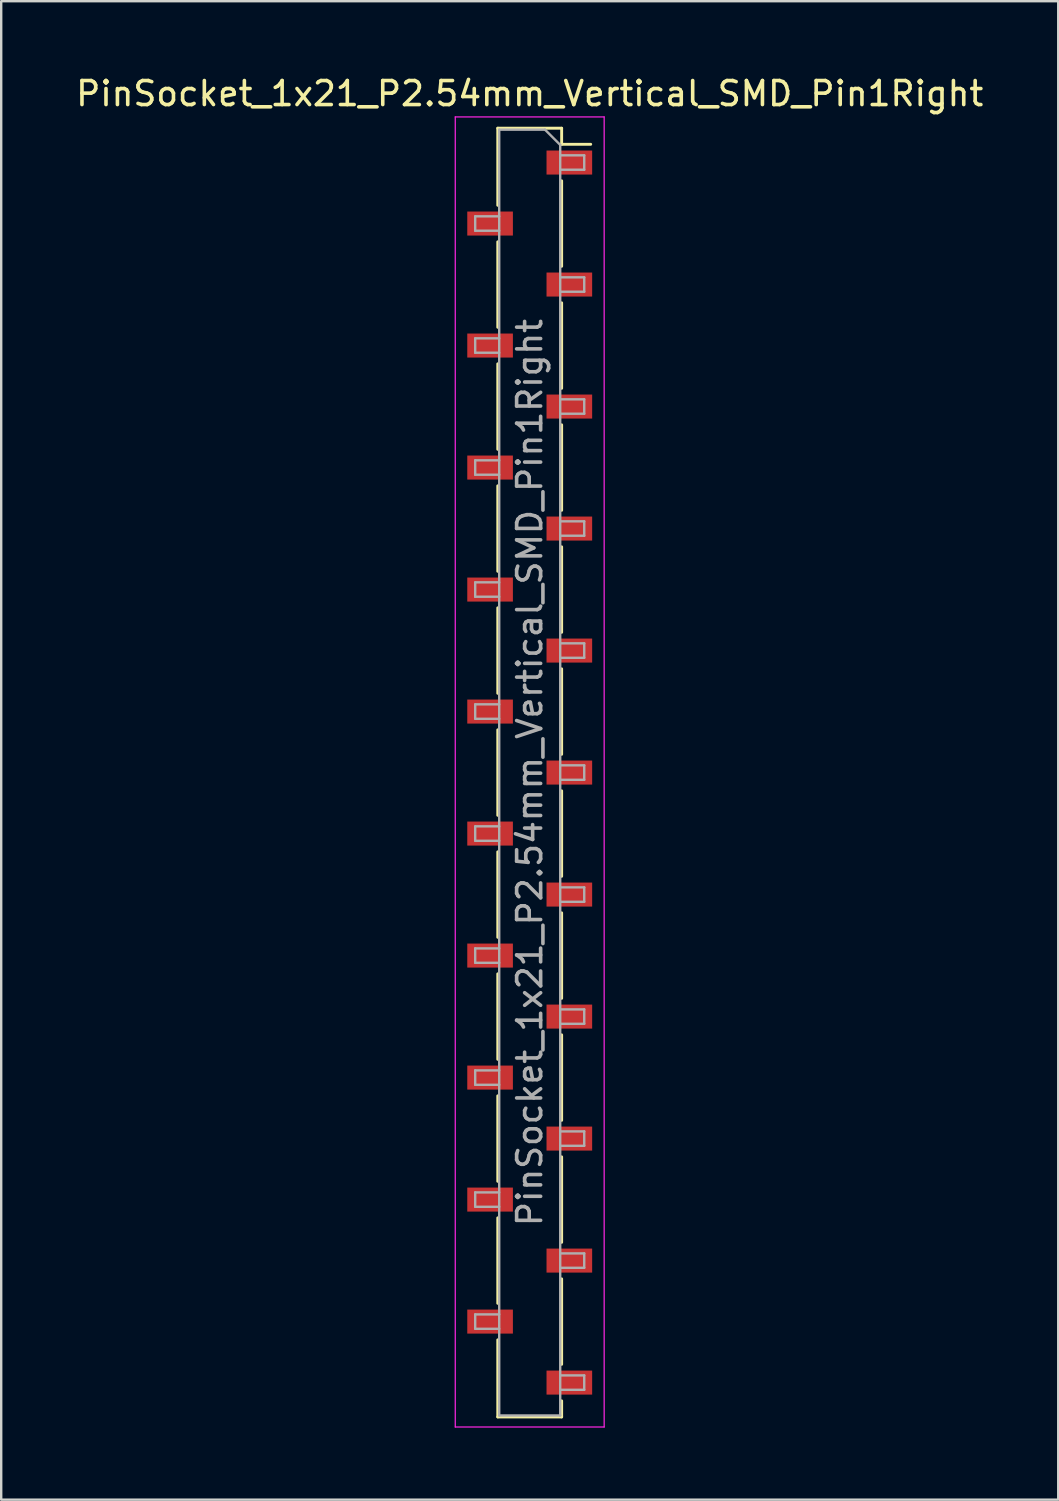
<source format=kicad_pcb>
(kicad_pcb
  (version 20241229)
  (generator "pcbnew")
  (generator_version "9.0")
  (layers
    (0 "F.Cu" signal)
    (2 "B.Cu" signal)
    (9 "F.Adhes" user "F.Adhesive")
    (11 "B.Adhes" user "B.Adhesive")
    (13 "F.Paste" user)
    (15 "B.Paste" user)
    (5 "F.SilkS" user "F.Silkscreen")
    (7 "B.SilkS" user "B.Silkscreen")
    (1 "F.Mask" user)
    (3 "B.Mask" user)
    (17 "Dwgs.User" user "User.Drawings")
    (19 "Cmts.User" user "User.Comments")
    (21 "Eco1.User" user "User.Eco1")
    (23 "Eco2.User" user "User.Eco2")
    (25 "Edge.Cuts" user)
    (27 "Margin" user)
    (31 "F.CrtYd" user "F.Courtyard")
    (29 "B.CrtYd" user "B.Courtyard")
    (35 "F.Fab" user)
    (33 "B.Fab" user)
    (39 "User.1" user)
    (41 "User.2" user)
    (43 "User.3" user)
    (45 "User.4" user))
  (footprint "PinSocket_1x21_P2.54mm_Vertical_SMD_Pin1Right"
    (layer "F.Cu")
    (at 19.006 29.118)
    (property "Reference" "PinSocket_1x21_P2.54mm_Vertical_SMD_Pin1Right" (at 0 -28.27 0) (layer "F.SilkS") (effects (font (size 1 1) (thickness 0.15))))
    (attr smd)
    (fp_line (start -1.33 -26.83) (end -1.33 -23.62) (stroke (width 0.12) (type solid)) (layer "F.SilkS"))
    (fp_line (start -1.33 -26.83) (end 1.33 -26.83) (stroke (width 0.12) (type solid)) (layer "F.SilkS"))
    (fp_line (start -1.33 -22.1) (end -1.33 -18.54) (stroke (width 0.12) (type solid)) (layer "F.SilkS"))
    (fp_line (start -1.33 -17.02) (end -1.33 -13.46) (stroke (width 0.12) (type solid)) (layer "F.SilkS"))
    (fp_line (start -1.33 -11.94) (end -1.33 -8.38) (stroke (width 0.12) (type solid)) (layer "F.SilkS"))
    (fp_line (start -1.33 -6.86) (end -1.33 -3.3) (stroke (width 0.12) (type solid)) (layer "F.SilkS"))
    (fp_line (start -1.33 -1.78) (end -1.33 1.78) (stroke (width 0.12) (type solid)) (layer "F.SilkS"))
    (fp_line (start -1.33 3.3) (end -1.33 6.86) (stroke (width 0.12) (type solid)) (layer "F.SilkS"))
    (fp_line (start -1.33 8.38) (end -1.33 11.94) (stroke (width 0.12) (type solid)) (layer "F.SilkS"))
    (fp_line (start -1.33 13.46) (end -1.33 17.02) (stroke (width 0.12) (type solid)) (layer "F.SilkS"))
    (fp_line (start -1.33 18.54) (end -1.33 22.1) (stroke (width 0.12) (type solid)) (layer "F.SilkS"))
    (fp_line (start -1.33 23.62) (end -1.33 26.83) (stroke (width 0.12) (type solid)) (layer "F.SilkS"))
    (fp_line (start -1.33 26.83) (end 1.33 26.83) (stroke (width 0.12) (type solid)) (layer "F.SilkS"))
    (fp_line (start 1.33 -26.83) (end 1.33 -26.16) (stroke (width 0.12) (type solid)) (layer "F.SilkS"))
    (fp_line (start 1.33 -26.16) (end 2.54 -26.16) (stroke (width 0.12) (type solid)) (layer "F.SilkS"))
    (fp_line (start 1.33 -24.64) (end 1.33 -21.08) (stroke (width 0.12) (type solid)) (layer "F.SilkS"))
    (fp_line (start 1.33 -19.56) (end 1.33 -16) (stroke (width 0.12) (type solid)) (layer "F.SilkS"))
    (fp_line (start 1.33 -14.48) (end 1.33 -10.92) (stroke (width 0.12) (type solid)) (layer "F.SilkS"))
    (fp_line (start 1.33 -9.4) (end 1.33 -5.84) (stroke (width 0.12) (type solid)) (layer "F.SilkS"))
    (fp_line (start 1.33 -4.32) (end 1.33 -0.76) (stroke (width 0.12) (type solid)) (layer "F.SilkS"))
    (fp_line (start 1.33 0.76) (end 1.33 4.32) (stroke (width 0.12) (type solid)) (layer "F.SilkS"))
    (fp_line (start 1.33 5.84) (end 1.33 9.4) (stroke (width 0.12) (type solid)) (layer "F.SilkS"))
    (fp_line (start 1.33 10.92) (end 1.33 14.48) (stroke (width 0.12) (type solid)) (layer "F.SilkS"))
    (fp_line (start 1.33 16) (end 1.33 19.56) (stroke (width 0.12) (type solid)) (layer "F.SilkS"))
    (fp_line (start 1.33 21.08) (end 1.33 24.64) (stroke (width 0.12) (type solid)) (layer "F.SilkS"))
    (fp_line (start 1.33 26.16) (end 1.33 26.83) (stroke (width 0.12) (type solid)) (layer "F.SilkS"))
    (fp_line (start -3.1 -27.3) (end 3.1 -27.3) (stroke (width 0.05) (type solid)) (layer "F.CrtYd"))
    (fp_line (start -3.1 27.25) (end -3.1 -27.3) (stroke (width 0.05) (type solid)) (layer "F.CrtYd"))
    (fp_line (start 3.1 -27.3) (end 3.1 27.25) (stroke (width 0.05) (type solid)) (layer "F.CrtYd"))
    (fp_line (start 3.1 27.25) (end -3.1 27.25) (stroke (width 0.05) (type solid)) (layer "F.CrtYd"))
    (fp_line (start -2.27 -23.16) (end -1.27 -23.16) (stroke (width 0.1) (type solid)) (layer "F.Fab"))
    (fp_line (start -2.27 -22.56) (end -2.27 -23.16) (stroke (width 0.1) (type solid)) (layer "F.Fab"))
    (fp_line (start -2.27 -18.08) (end -1.27 -18.08) (stroke (width 0.1) (type solid)) (layer "F.Fab"))
    (fp_line (start -2.27 -17.48) (end -2.27 -18.08) (stroke (width 0.1) (type solid)) (layer "F.Fab"))
    (fp_line (start -2.27 -13) (end -1.27 -13) (stroke (width 0.1) (type solid)) (layer "F.Fab"))
    (fp_line (start -2.27 -12.4) (end -2.27 -13) (stroke (width 0.1) (type solid)) (layer "F.Fab"))
    (fp_line (start -2.27 -7.92) (end -1.27 -7.92) (stroke (width 0.1) (type solid)) (layer "F.Fab"))
    (fp_line (start -2.27 -7.32) (end -2.27 -7.92) (stroke (width 0.1) (type solid)) (layer "F.Fab"))
    (fp_line (start -2.27 -2.84) (end -1.27 -2.84) (stroke (width 0.1) (type solid)) (layer "F.Fab"))
    (fp_line (start -2.27 -2.24) (end -2.27 -2.84) (stroke (width 0.1) (type solid)) (layer "F.Fab"))
    (fp_line (start -2.27 2.24) (end -1.27 2.24) (stroke (width 0.1) (type solid)) (layer "F.Fab"))
    (fp_line (start -2.27 2.84) (end -2.27 2.24) (stroke (width 0.1) (type solid)) (layer "F.Fab"))
    (fp_line (start -2.27 7.32) (end -1.27 7.32) (stroke (width 0.1) (type solid)) (layer "F.Fab"))
    (fp_line (start -2.27 7.92) (end -2.27 7.32) (stroke (width 0.1) (type solid)) (layer "F.Fab"))
    (fp_line (start -2.27 12.4) (end -1.27 12.4) (stroke (width 0.1) (type solid)) (layer "F.Fab"))
    (fp_line (start -2.27 13) (end -2.27 12.4) (stroke (width 0.1) (type solid)) (layer "F.Fab"))
    (fp_line (start -2.27 17.48) (end -1.27 17.48) (stroke (width 0.1) (type solid)) (layer "F.Fab"))
    (fp_line (start -2.27 18.08) (end -2.27 17.48) (stroke (width 0.1) (type solid)) (layer "F.Fab"))
    (fp_line (start -2.27 22.56) (end -1.27 22.56) (stroke (width 0.1) (type solid)) (layer "F.Fab"))
    (fp_line (start -2.27 23.16) (end -2.27 22.56) (stroke (width 0.1) (type solid)) (layer "F.Fab"))
    (fp_line (start -1.27 -26.77) (end 0.635 -26.77) (stroke (width 0.1) (type solid)) (layer "F.Fab"))
    (fp_line (start -1.27 -22.56) (end -2.27 -22.56) (stroke (width 0.1) (type solid)) (layer "F.Fab"))
    (fp_line (start -1.27 -17.48) (end -2.27 -17.48) (stroke (width 0.1) (type solid)) (layer "F.Fab"))
    (fp_line (start -1.27 -12.4) (end -2.27 -12.4) (stroke (width 0.1) (type solid)) (layer "F.Fab"))
    (fp_line (start -1.27 -7.32) (end -2.27 -7.32) (stroke (width 0.1) (type solid)) (layer "F.Fab"))
    (fp_line (start -1.27 -2.24) (end -2.27 -2.24) (stroke (width 0.1) (type solid)) (layer "F.Fab"))
    (fp_line (start -1.27 2.84) (end -2.27 2.84) (stroke (width 0.1) (type solid)) (layer "F.Fab"))
    (fp_line (start -1.27 7.92) (end -2.27 7.92) (stroke (width 0.1) (type solid)) (layer "F.Fab"))
    (fp_line (start -1.27 13) (end -2.27 13) (stroke (width 0.1) (type solid)) (layer "F.Fab"))
    (fp_line (start -1.27 18.08) (end -2.27 18.08) (stroke (width 0.1) (type solid)) (layer "F.Fab"))
    (fp_line (start -1.27 23.16) (end -2.27 23.16) (stroke (width 0.1) (type solid)) (layer "F.Fab"))
    (fp_line (start -1.27 26.77) (end -1.27 -26.77) (stroke (width 0.1) (type solid)) (layer "F.Fab"))
    (fp_line (start 0.635 -26.77) (end 1.27 -26.135) (stroke (width 0.1) (type solid)) (layer "F.Fab"))
    (fp_line (start 1.27 -26.135) (end 1.27 26.77) (stroke (width 0.1) (type solid)) (layer "F.Fab"))
    (fp_line (start 1.27 -25.7) (end 2.27 -25.7) (stroke (width 0.1) (type solid)) (layer "F.Fab"))
    (fp_line (start 1.27 -20.62) (end 2.27 -20.62) (stroke (width 0.1) (type solid)) (layer "F.Fab"))
    (fp_line (start 1.27 -15.54) (end 2.27 -15.54) (stroke (width 0.1) (type solid)) (layer "F.Fab"))
    (fp_line (start 1.27 -10.46) (end 2.27 -10.46) (stroke (width 0.1) (type solid)) (layer "F.Fab"))
    (fp_line (start 1.27 -5.38) (end 2.27 -5.38) (stroke (width 0.1) (type solid)) (layer "F.Fab"))
    (fp_line (start 1.27 -0.3) (end 2.27 -0.3) (stroke (width 0.1) (type solid)) (layer "F.Fab"))
    (fp_line (start 1.27 4.78) (end 2.27 4.78) (stroke (width 0.1) (type solid)) (layer "F.Fab"))
    (fp_line (start 1.27 9.86) (end 2.27 9.86) (stroke (width 0.1) (type solid)) (layer "F.Fab"))
    (fp_line (start 1.27 14.94) (end 2.27 14.94) (stroke (width 0.1) (type solid)) (layer "F.Fab"))
    (fp_line (start 1.27 20.02) (end 2.27 20.02) (stroke (width 0.1) (type solid)) (layer "F.Fab"))
    (fp_line (start 1.27 25.1) (end 2.27 25.1) (stroke (width 0.1) (type solid)) (layer "F.Fab"))
    (fp_line (start 1.27 26.77) (end -1.27 26.77) (stroke (width 0.1) (type solid)) (layer "F.Fab"))
    (fp_line (start 2.27 -25.7) (end 2.27 -25.1) (stroke (width 0.1) (type solid)) (layer "F.Fab"))
    (fp_line (start 2.27 -25.1) (end 1.27 -25.1) (stroke (width 0.1) (type solid)) (layer "F.Fab"))
    (fp_line (start 2.27 -20.62) (end 2.27 -20.02) (stroke (width 0.1) (type solid)) (layer "F.Fab"))
    (fp_line (start 2.27 -20.02) (end 1.27 -20.02) (stroke (width 0.1) (type solid)) (layer "F.Fab"))
    (fp_line (start 2.27 -15.54) (end 2.27 -14.94) (stroke (width 0.1) (type solid)) (layer "F.Fab"))
    (fp_line (start 2.27 -14.94) (end 1.27 -14.94) (stroke (width 0.1) (type solid)) (layer "F.Fab"))
    (fp_line (start 2.27 -10.46) (end 2.27 -9.86) (stroke (width 0.1) (type solid)) (layer "F.Fab"))
    (fp_line (start 2.27 -9.86) (end 1.27 -9.86) (stroke (width 0.1) (type solid)) (layer "F.Fab"))
    (fp_line (start 2.27 -5.38) (end 2.27 -4.78) (stroke (width 0.1) (type solid)) (layer "F.Fab"))
    (fp_line (start 2.27 -4.78) (end 1.27 -4.78) (stroke (width 0.1) (type solid)) (layer "F.Fab"))
    (fp_line (start 2.27 -0.3) (end 2.27 0.3) (stroke (width 0.1) (type solid)) (layer "F.Fab"))
    (fp_line (start 2.27 0.3) (end 1.27 0.3) (stroke (width 0.1) (type solid)) (layer "F.Fab"))
    (fp_line (start 2.27 4.78) (end 2.27 5.38) (stroke (width 0.1) (type solid)) (layer "F.Fab"))
    (fp_line (start 2.27 5.38) (end 1.27 5.38) (stroke (width 0.1) (type solid)) (layer "F.Fab"))
    (fp_line (start 2.27 9.86) (end 2.27 10.46) (stroke (width 0.1) (type solid)) (layer "F.Fab"))
    (fp_line (start 2.27 10.46) (end 1.27 10.46) (stroke (width 0.1) (type solid)) (layer "F.Fab"))
    (fp_line (start 2.27 14.94) (end 2.27 15.54) (stroke (width 0.1) (type solid)) (layer "F.Fab"))
    (fp_line (start 2.27 15.54) (end 1.27 15.54) (stroke (width 0.1) (type solid)) (layer "F.Fab"))
    (fp_line (start 2.27 20.02) (end 2.27 20.62) (stroke (width 0.1) (type solid)) (layer "F.Fab"))
    (fp_line (start 2.27 20.62) (end 1.27 20.62) (stroke (width 0.1) (type solid)) (layer "F.Fab"))
    (fp_line (start 2.27 25.1) (end 2.27 25.7) (stroke (width 0.1) (type solid)) (layer "F.Fab"))
    (fp_line (start 2.27 25.7) (end 1.27 25.7) (stroke (width 0.1) (type solid)) (layer "F.Fab"))
    (fp_text user "${REFERENCE}" (at 0 0 90) (layer "F.Fab") (effects (font (size 1 1) (thickness 0.15))))
    (pad "1" smd rect (at 1.65 -25.4) (size 1.9 1) (layers "F.Cu" "F.Mask" "F.Paste"))
    (pad "2" smd rect (at -1.65 -22.86) (size 1.9 1) (layers "F.Cu" "F.Mask" "F.Paste"))
    (pad "3" smd rect (at 1.65 -20.32) (size 1.9 1) (layers "F.Cu" "F.Mask" "F.Paste"))
    (pad "4" smd rect (at -1.65 -17.78) (size 1.9 1) (layers "F.Cu" "F.Mask" "F.Paste"))
    (pad "5" smd rect (at 1.65 -15.24) (size 1.9 1) (layers "F.Cu" "F.Mask" "F.Paste"))
    (pad "6" smd rect (at -1.65 -12.7) (size 1.9 1) (layers "F.Cu" "F.Mask" "F.Paste"))
    (pad "7" smd rect (at 1.65 -10.16) (size 1.9 1) (layers "F.Cu" "F.Mask" "F.Paste"))
    (pad "8" smd rect (at -1.65 -7.62) (size 1.9 1) (layers "F.Cu" "F.Mask" "F.Paste"))
    (pad "9" smd rect (at 1.65 -5.08) (size 1.9 1) (layers "F.Cu" "F.Mask" "F.Paste"))
    (pad "10" smd rect (at -1.65 -2.54) (size 1.9 1) (layers "F.Cu" "F.Mask" "F.Paste"))
    (pad "11" smd rect (at 1.65 0) (size 1.9 1) (layers "F.Cu" "F.Mask" "F.Paste"))
    (pad "12" smd rect (at -1.65 2.54) (size 1.9 1) (layers "F.Cu" "F.Mask" "F.Paste"))
    (pad "13" smd rect (at 1.65 5.08) (size 1.9 1) (layers "F.Cu" "F.Mask" "F.Paste"))
    (pad "14" smd rect (at -1.65 7.62) (size 1.9 1) (layers "F.Cu" "F.Mask" "F.Paste"))
    (pad "15" smd rect (at 1.65 10.16) (size 1.9 1) (layers "F.Cu" "F.Mask" "F.Paste"))
    (pad "16" smd rect (at -1.65 12.7) (size 1.9 1) (layers "F.Cu" "F.Mask" "F.Paste"))
    (pad "17" smd rect (at 1.65 15.24) (size 1.9 1) (layers "F.Cu" "F.Mask" "F.Paste"))
    (pad "18" smd rect (at -1.65 17.78) (size 1.9 1) (layers "F.Cu" "F.Mask" "F.Paste"))
    (pad "19" smd rect (at 1.65 20.32) (size 1.9 1) (layers "F.Cu" "F.Mask" "F.Paste"))
    (pad "20" smd rect (at -1.65 22.86) (size 1.9 1) (layers "F.Cu" "F.Mask" "F.Paste"))
    (pad "21" smd rect (at 1.65 25.4) (size 1.9 1) (layers "F.Cu" "F.Mask" "F.Paste")))
  (gr_rect
    (start -3 -3)
    (end 41.012 59.393)
    (stroke (width 0.1) (type default))
    (fill no)
    (layer "Edge.Cuts")))
</source>
